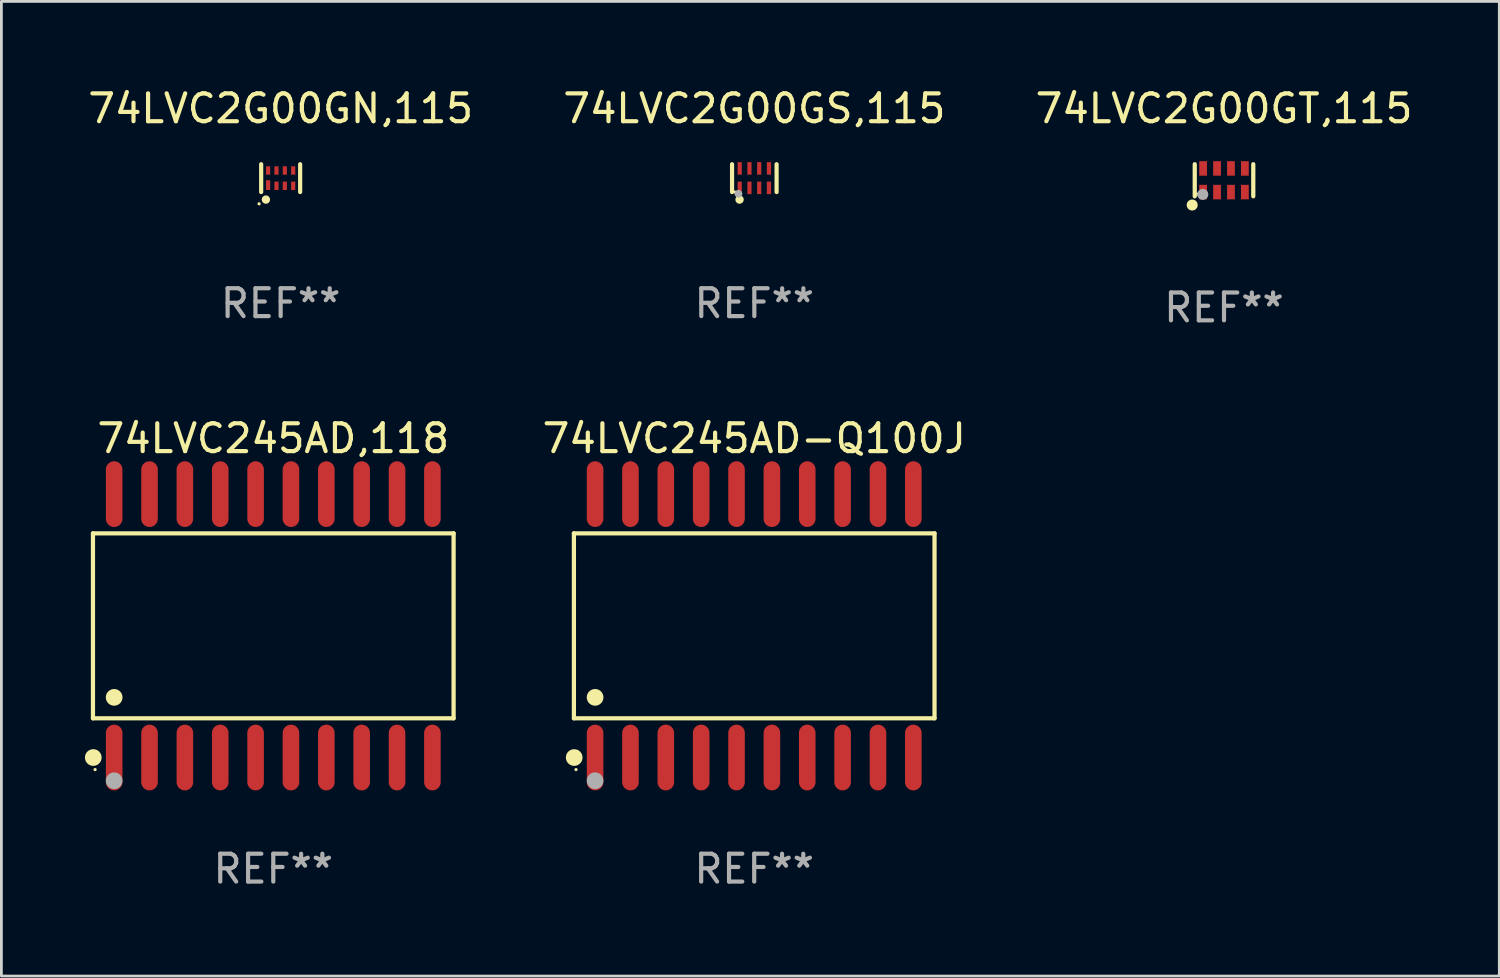
<source format=kicad_pcb>
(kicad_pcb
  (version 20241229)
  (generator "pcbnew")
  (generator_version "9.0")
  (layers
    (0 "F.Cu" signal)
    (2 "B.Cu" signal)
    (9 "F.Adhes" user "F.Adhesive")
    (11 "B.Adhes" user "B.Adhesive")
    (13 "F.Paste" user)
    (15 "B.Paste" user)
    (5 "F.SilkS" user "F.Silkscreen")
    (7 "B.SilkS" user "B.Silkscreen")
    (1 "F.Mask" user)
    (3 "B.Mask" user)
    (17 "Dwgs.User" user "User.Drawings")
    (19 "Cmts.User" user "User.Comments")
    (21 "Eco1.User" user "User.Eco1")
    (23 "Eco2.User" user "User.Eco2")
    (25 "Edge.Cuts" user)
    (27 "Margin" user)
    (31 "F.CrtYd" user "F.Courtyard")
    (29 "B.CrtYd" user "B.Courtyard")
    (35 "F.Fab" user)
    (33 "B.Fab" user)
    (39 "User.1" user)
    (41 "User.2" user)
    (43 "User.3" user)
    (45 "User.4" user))
  (footprint "74LVC2G00GS,115"
    (layer "F.Cu")
    (at 24.042 3.348)
    (property "Reference" "74LVC2G00GS,115" (at 0 -2.5 0) (layer "F.SilkS") (effects (font (size 1 1) (thickness 0.15))))
    (attr through_hole)
    (fp_line (start -0.8 -0.5) (end -0.8 0.5) (stroke (width 0.15) (type solid)) (layer "F.SilkS"))
    (fp_line (start 0.8 -0.5) (end 0.8 0.5) (stroke (width 0.15) (type solid)) (layer "F.SilkS"))
    (fp_circle (center -0.7 0.5) (end -0.67 0.5) (stroke (width 0.06) (type solid)) (fill no) (layer "F.SilkS"))
    (fp_circle (center -0.53 0.77) (end -0.454 0.77) (stroke (width 0.15) (type solid)) (fill no) (layer "F.SilkS"))
    (fp_circle (center -0.57 0.56) (end -0.5 0.56) (stroke (width 0.14) (type solid)) (fill no) (layer "F.Fab"))
    (fp_text user "REF**" (at 0 4.5 0) (layer "F.Fab") (effects (font (size 1 1) (thickness 0.15))))
    (pad "1" smd rect (at -0.525 0.35) (size 0.15 0.45) (layers "F.Cu" "F.Mask" "F.Paste"))
    (pad "2" smd rect (at -0.175 0.35) (size 0.15 0.45) (layers "F.Cu" "F.Mask" "F.Paste"))
    (pad "3" smd rect (at 0.175 0.35) (size 0.15 0.45) (layers "F.Cu" "F.Mask" "F.Paste"))
    (pad "4" smd rect (at 0.525 0.35) (size 0.15 0.45) (layers "F.Cu" "F.Mask" "F.Paste"))
    (pad "5" smd rect (at 0.525 -0.35) (size 0.15 0.45) (layers "F.Cu" "F.Mask" "F.Paste"))
    (pad "6" smd rect (at 0.175 -0.35) (size 0.15 0.45) (layers "F.Cu" "F.Mask" "F.Paste"))
    (pad "7" smd rect (at -0.175 -0.35) (size 0.15 0.45) (layers "F.Cu" "F.Mask" "F.Paste"))
    (pad "8" smd rect (at -0.525 -0.35) (size 0.15 0.45) (layers "F.Cu" "F.Mask" "F.Paste")))
  (footprint "74LVC245AD-Q100J"
    (layer "F.Cu")
    (at 24.038 19.427)
    (property "Reference" "74LVC245AD-Q100J" (at 0 -6.73 0) (layer "F.SilkS") (effects (font (size 1 1) (thickness 0.15))))
    (attr through_hole)
    (fp_line (start -6.476 -3.321) (end 6.476 -3.321) (stroke (width 0.152) (type solid)) (layer "F.SilkS"))
    (fp_line (start -6.476 3.321) (end -6.476 -3.321) (stroke (width 0.152) (type solid)) (layer "F.SilkS"))
    (fp_line (start 6.476 -3.321) (end 6.476 3.321) (stroke (width 0.152) (type solid)) (layer "F.SilkS"))
    (fp_line (start 6.476 3.321) (end -6.476 3.321) (stroke (width 0.152) (type solid)) (layer "F.SilkS"))
    (fp_circle (center -6.465 4.73) (end -6.315 4.73) (stroke (width 0.3) (type solid)) (fill no) (layer "F.SilkS"))
    (fp_circle (center -6.4 5.163) (end -6.37 5.163) (stroke (width 0.06) (type solid)) (fill no) (layer "F.SilkS"))
    (fp_circle (center -5.715 2.569) (end -5.565 2.569) (stroke (width 0.3) (type solid)) (fill no) (layer "F.SilkS"))
    (fp_circle (center -5.715 5.563) (end -5.565 5.563) (stroke (width 0.3) (type solid)) (fill no) (layer "F.Fab"))
    (fp_text user "REF**" (at 0 8.73 0) (layer "F.Fab") (effects (font (size 1 1) (thickness 0.15))))
    (pad "1" smd oval (at -5.715 4.73) (size 0.595 2.36) (layers "F.Cu" "F.Mask" "F.Paste"))
    (pad "2" smd oval (at -4.445 4.73) (size 0.595 2.36) (layers "F.Cu" "F.Mask" "F.Paste"))
    (pad "3" smd oval (at -3.175 4.73) (size 0.595 2.36) (layers "F.Cu" "F.Mask" "F.Paste"))
    (pad "4" smd oval (at -1.905 4.73) (size 0.595 2.36) (layers "F.Cu" "F.Mask" "F.Paste"))
    (pad "5" smd oval (at -0.635 4.73) (size 0.595 2.36) (layers "F.Cu" "F.Mask" "F.Paste"))
    (pad "6" smd oval (at 0.635 4.73) (size 0.595 2.36) (layers "F.Cu" "F.Mask" "F.Paste"))
    (pad "7" smd oval (at 1.905 4.73) (size 0.595 2.36) (layers "F.Cu" "F.Mask" "F.Paste"))
    (pad "8" smd oval (at 3.175 4.73) (size 0.595 2.36) (layers "F.Cu" "F.Mask" "F.Paste"))
    (pad "9" smd oval (at 4.445 4.73) (size 0.595 2.36) (layers "F.Cu" "F.Mask" "F.Paste"))
    (pad "10" smd oval (at 5.715 4.73) (size 0.595 2.36) (layers "F.Cu" "F.Mask" "F.Paste"))
    (pad "11" smd oval (at 5.715 -4.73) (size 0.595 2.36) (layers "F.Cu" "F.Mask" "F.Paste"))
    (pad "12" smd oval (at 4.445 -4.73) (size 0.595 2.36) (layers "F.Cu" "F.Mask" "F.Paste"))
    (pad "13" smd oval (at 3.175 -4.73) (size 0.595 2.36) (layers "F.Cu" "F.Mask" "F.Paste"))
    (pad "14" smd oval (at 1.905 -4.73) (size 0.595 2.36) (layers "F.Cu" "F.Mask" "F.Paste"))
    (pad "15" smd oval (at 0.635 -4.73) (size 0.595 2.36) (layers "F.Cu" "F.Mask" "F.Paste"))
    (pad "16" smd oval (at -0.635 -4.73) (size 0.595 2.36) (layers "F.Cu" "F.Mask" "F.Paste"))
    (pad "17" smd oval (at -1.905 -4.73) (size 0.595 2.36) (layers "F.Cu" "F.Mask" "F.Paste"))
    (pad "18" smd oval (at -3.175 -4.73) (size 0.595 2.36) (layers "F.Cu" "F.Mask" "F.Paste"))
    (pad "19" smd oval (at -4.445 -4.73) (size 0.595 2.36) (layers "F.Cu" "F.Mask" "F.Paste"))
    (pad "20" smd oval (at -5.715 -4.73) (size 0.595 2.36) (layers "F.Cu" "F.Mask" "F.Paste")))
  (footprint "74LVC245AD,118"
    (layer "F.Cu")
    (at 6.765 19.427)
    (property "Reference" "74LVC245AD,118" (at 0 -6.73 0) (layer "F.SilkS") (effects (font (size 1 1) (thickness 0.15))))
    (attr through_hole)
    (fp_line (start -6.476 -3.321) (end 6.476 -3.321) (stroke (width 0.152) (type solid)) (layer "F.SilkS"))
    (fp_line (start -6.476 3.321) (end -6.476 -3.321) (stroke (width 0.152) (type solid)) (layer "F.SilkS"))
    (fp_line (start 6.476 -3.321) (end 6.476 3.321) (stroke (width 0.152) (type solid)) (layer "F.SilkS"))
    (fp_line (start 6.476 3.321) (end -6.476 3.321) (stroke (width 0.152) (type solid)) (layer "F.SilkS"))
    (fp_circle (center -6.465 4.73) (end -6.315 4.73) (stroke (width 0.3) (type solid)) (fill no) (layer "F.SilkS"))
    (fp_circle (center -6.4 5.163) (end -6.37 5.163) (stroke (width 0.06) (type solid)) (fill no) (layer "F.SilkS"))
    (fp_circle (center -5.715 2.569) (end -5.565 2.569) (stroke (width 0.3) (type solid)) (fill no) (layer "F.SilkS"))
    (fp_circle (center -5.715 5.563) (end -5.565 5.563) (stroke (width 0.3) (type solid)) (fill no) (layer "F.Fab"))
    (fp_text user "REF**" (at 0 8.73 0) (layer "F.Fab") (effects (font (size 1 1) (thickness 0.15))))
    (pad "1" smd oval (at -5.715 4.73) (size 0.595 2.36) (layers "F.Cu" "F.Mask" "F.Paste"))
    (pad "2" smd oval (at -4.445 4.73) (size 0.595 2.36) (layers "F.Cu" "F.Mask" "F.Paste"))
    (pad "3" smd oval (at -3.175 4.73) (size 0.595 2.36) (layers "F.Cu" "F.Mask" "F.Paste"))
    (pad "4" smd oval (at -1.905 4.73) (size 0.595 2.36) (layers "F.Cu" "F.Mask" "F.Paste"))
    (pad "5" smd oval (at -0.635 4.73) (size 0.595 2.36) (layers "F.Cu" "F.Mask" "F.Paste"))
    (pad "6" smd oval (at 0.635 4.73) (size 0.595 2.36) (layers "F.Cu" "F.Mask" "F.Paste"))
    (pad "7" smd oval (at 1.905 4.73) (size 0.595 2.36) (layers "F.Cu" "F.Mask" "F.Paste"))
    (pad "8" smd oval (at 3.175 4.73) (size 0.595 2.36) (layers "F.Cu" "F.Mask" "F.Paste"))
    (pad "9" smd oval (at 4.445 4.73) (size 0.595 2.36) (layers "F.Cu" "F.Mask" "F.Paste"))
    (pad "10" smd oval (at 5.715 4.73) (size 0.595 2.36) (layers "F.Cu" "F.Mask" "F.Paste"))
    (pad "11" smd oval (at 5.715 -4.73) (size 0.595 2.36) (layers "F.Cu" "F.Mask" "F.Paste"))
    (pad "12" smd oval (at 4.445 -4.73) (size 0.595 2.36) (layers "F.Cu" "F.Mask" "F.Paste"))
    (pad "13" smd oval (at 3.175 -4.73) (size 0.595 2.36) (layers "F.Cu" "F.Mask" "F.Paste"))
    (pad "14" smd oval (at 1.905 -4.73) (size 0.595 2.36) (layers "F.Cu" "F.Mask" "F.Paste"))
    (pad "15" smd oval (at 0.635 -4.73) (size 0.595 2.36) (layers "F.Cu" "F.Mask" "F.Paste"))
    (pad "16" smd oval (at -0.635 -4.73) (size 0.595 2.36) (layers "F.Cu" "F.Mask" "F.Paste"))
    (pad "17" smd oval (at -1.905 -4.73) (size 0.595 2.36) (layers "F.Cu" "F.Mask" "F.Paste"))
    (pad "18" smd oval (at -3.175 -4.73) (size 0.595 2.36) (layers "F.Cu" "F.Mask" "F.Paste"))
    (pad "19" smd oval (at -4.445 -4.73) (size 0.595 2.36) (layers "F.Cu" "F.Mask" "F.Paste"))
    (pad "20" smd oval (at -5.715 -4.73) (size 0.595 2.36) (layers "F.Cu" "F.Mask" "F.Paste")))
  (footprint "74LVC2G00GT,115"
    (layer "F.Cu")
    (at 40.911 3.424)
    (property "Reference" "74LVC2G00GT,115" (at 0 -2.576 0) (layer "F.SilkS") (effects (font (size 1 1) (thickness 0.15))))
    (attr through_hole)
    (fp_line (start -1.051 0.576) (end -1.051 -0.576) (stroke (width 0.152) (type solid)) (layer "F.SilkS"))
    (fp_line (start 1.051 -0.576) (end 1.051 0.576) (stroke (width 0.152) (type solid)) (layer "F.SilkS"))
    (fp_circle (center -1.143 0.889) (end -1.043 0.889) (stroke (width 0.2) (type solid)) (fill no) (layer "F.SilkS"))
    (fp_circle (center -0.975 0.5) (end -0.945 0.5) (stroke (width 0.06) (type solid)) (fill no) (layer "F.SilkS"))
    (fp_circle (center -0.762 0.508) (end -0.662 0.508) (stroke (width 0.2) (type solid)) (fill no) (layer "F.Fab"))
    (fp_text user "REF**" (at 0 4.576 0) (layer "F.Fab") (effects (font (size 1 1) (thickness 0.15))))
    (pad "1" smd rect (at -0.75 0.425) (size 0.28 0.521) (layers "F.Cu" "F.Mask" "F.Paste"))
    (pad "2" smd rect (at -0.25 0.425) (size 0.28 0.521) (layers "F.Cu" "F.Mask" "F.Paste"))
    (pad "3" smd rect (at 0.25 0.425) (size 0.28 0.521) (layers "F.Cu" "F.Mask" "F.Paste"))
    (pad "4" smd rect (at 0.75 0.425) (size 0.28 0.521) (layers "F.Cu" "F.Mask" "F.Paste"))
    (pad "5" smd rect (at 0.75 -0.425) (size 0.28 0.521) (layers "F.Cu" "F.Mask" "F.Paste"))
    (pad "6" smd rect (at 0.25 -0.425) (size 0.28 0.521) (layers "F.Cu" "F.Mask" "F.Paste"))
    (pad "7" smd rect (at -0.25 -0.425) (size 0.28 0.521) (layers "F.Cu" "F.Mask" "F.Paste"))
    (pad "8" smd rect (at -0.75 -0.425) (size 0.28 0.521) (layers "F.Cu" "F.Mask" "F.Paste")))
  (footprint "74LVC2G00GN,115"
    (layer "F.Cu")
    (at 7.03 3.348)
    (property "Reference" "74LVC2G00GN,115" (at 0 -2.5 0) (layer "F.SilkS") (effects (font (size 1 1) (thickness 0.15))))
    (attr through_hole)
    (fp_line (start -0.7 -0.5) (end -0.7 0.5) (stroke (width 0.15) (type solid)) (layer "F.SilkS"))
    (fp_line (start 0.7 -0.5) (end 0.7 0.5) (stroke (width 0.15) (type solid)) (layer "F.SilkS"))
    (fp_circle (center -0.775 0.922) (end -0.745 0.922) (stroke (width 0.06) (type solid)) (fill no) (layer "F.SilkS"))
    (fp_circle (center -0.53 0.77) (end -0.454 0.77) (stroke (width 0.15) (type solid)) (fill no) (layer "F.SilkS"))
    (fp_text user "REF**" (at 0 4.5 0) (layer "F.Fab") (effects (font (size 1 1) (thickness 0.15))))
    (pad "1" smd rect (at -0.45 0.25) (size 0.15 0.35) (layers "F.Cu" "F.Mask" "F.Paste"))
    (pad "2" smd rect (at -0.15 0.275) (size 0.15 0.3) (layers "F.Cu" "F.Mask" "F.Paste"))
    (pad "3" smd rect (at 0.15 0.275) (size 0.15 0.3) (layers "F.Cu" "F.Mask" "F.Paste"))
    (pad "4" smd rect (at 0.45 0.275) (size 0.15 0.3) (layers "F.Cu" "F.Mask" "F.Paste"))
    (pad "5" smd rect (at 0.45 -0.275) (size 0.15 0.3) (layers "F.Cu" "F.Mask" "F.Paste"))
    (pad "6" smd rect (at 0.15 -0.275) (size 0.15 0.3) (layers "F.Cu" "F.Mask" "F.Paste"))
    (pad "7" smd rect (at -0.15 -0.275) (size 0.15 0.3) (layers "F.Cu" "F.Mask" "F.Paste"))
    (pad "8" smd rect (at -0.45 -0.275) (size 0.15 0.3) (layers "F.Cu" "F.Mask" "F.Paste")))
  (gr_rect
    (start -3 -3)
    (end 50.798 32.005)
    (stroke (width 0.1) (type default))
    (fill no)
    (layer "Edge.Cuts")))
</source>
